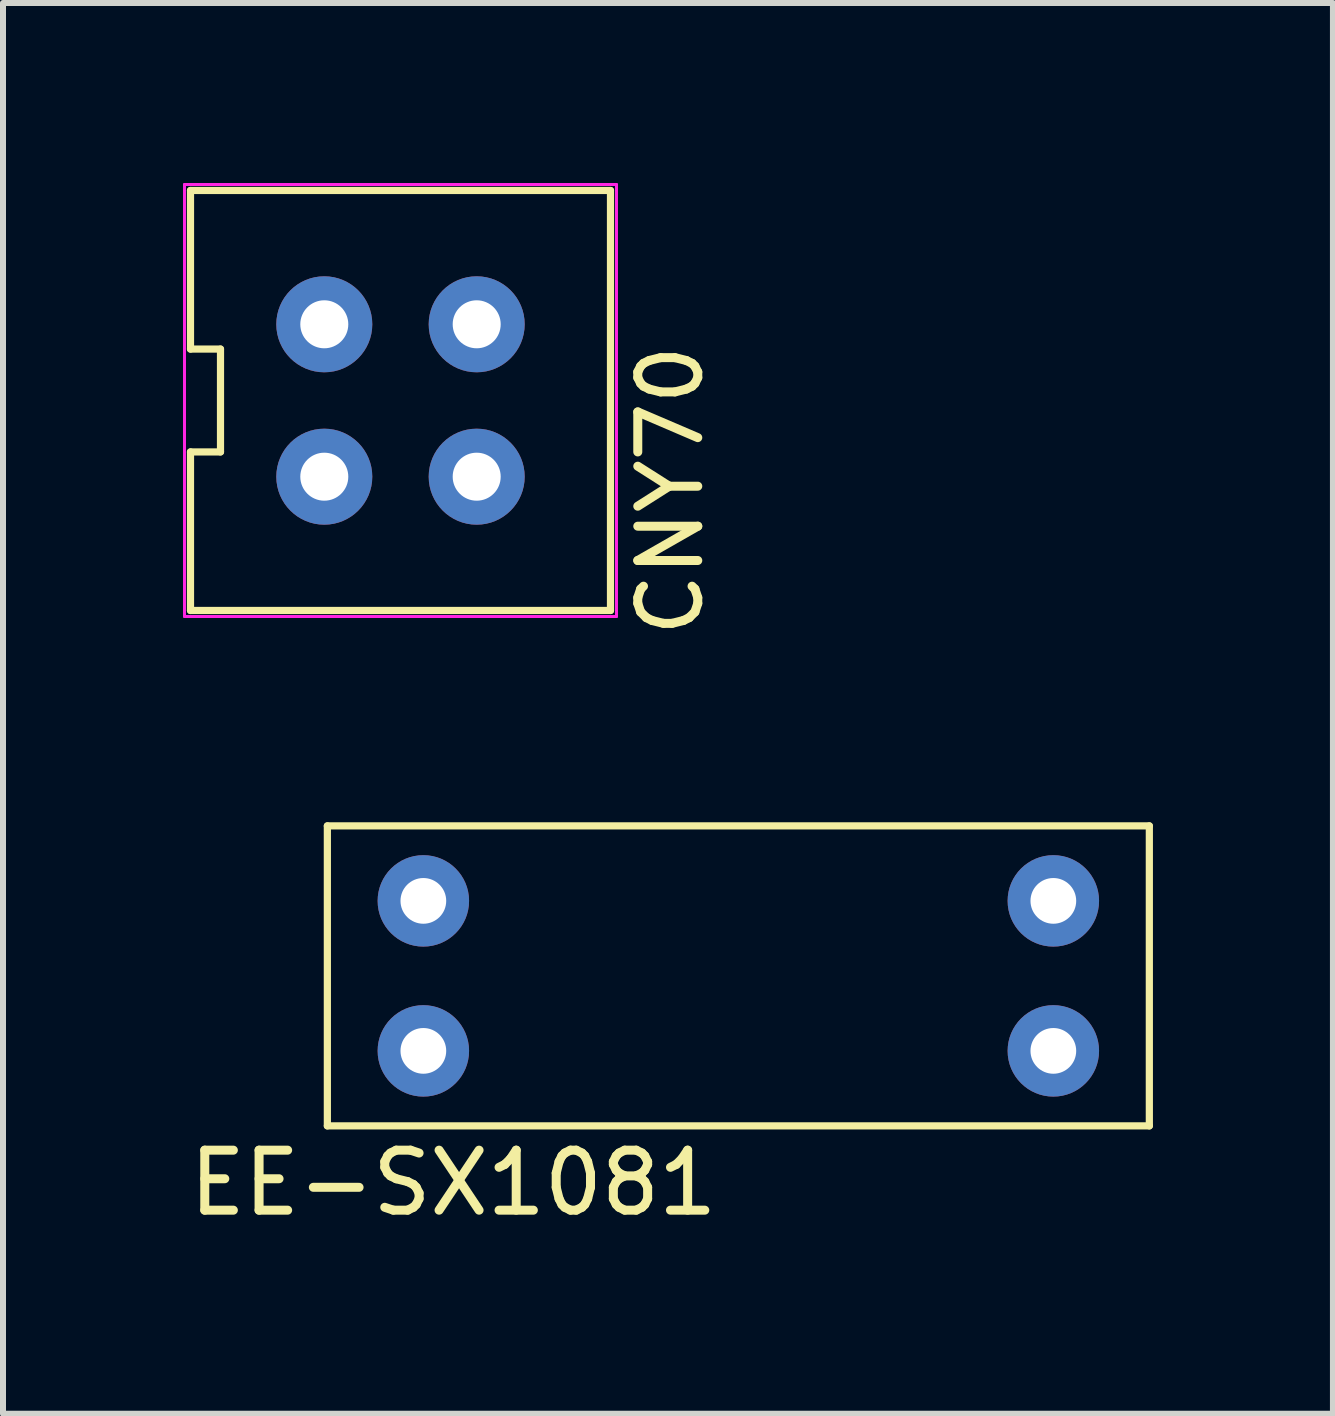
<source format=kicad_pcb>
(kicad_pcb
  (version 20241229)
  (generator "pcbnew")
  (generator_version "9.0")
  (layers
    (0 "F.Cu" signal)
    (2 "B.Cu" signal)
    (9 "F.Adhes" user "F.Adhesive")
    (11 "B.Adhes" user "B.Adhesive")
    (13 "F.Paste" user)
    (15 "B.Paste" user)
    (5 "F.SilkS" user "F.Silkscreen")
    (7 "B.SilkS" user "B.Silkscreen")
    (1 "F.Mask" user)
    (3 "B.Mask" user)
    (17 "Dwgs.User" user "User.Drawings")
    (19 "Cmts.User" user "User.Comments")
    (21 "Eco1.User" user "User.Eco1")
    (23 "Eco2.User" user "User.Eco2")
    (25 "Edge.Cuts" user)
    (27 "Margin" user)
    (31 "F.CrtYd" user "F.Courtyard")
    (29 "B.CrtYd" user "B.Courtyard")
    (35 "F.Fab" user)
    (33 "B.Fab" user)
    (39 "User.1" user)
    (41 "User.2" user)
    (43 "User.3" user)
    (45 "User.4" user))
  (footprint "EE-SX1081"
    (layer "F.Cu")
    (at 4.006 11.965)
    (property "Reference" "EE-SX1081" (at 0.5 4.7 0) (layer "F.SilkS") (effects (font (size 1 1) (thickness 0.15))))
    (attr through_hole)
    (fp_line (start -1.6 -1.25) (end 12.1 -1.25) (stroke (width 0.12) (type solid)) (layer "F.SilkS"))
    (fp_line (start -1.6 3.75) (end -1.6 -1.25) (stroke (width 0.12) (type solid)) (layer "F.SilkS"))
    (fp_line (start 12.1 -1.25) (end 12.1 3.75) (stroke (width 0.12) (type solid)) (layer "F.SilkS"))
    (fp_line (start 12.1 3.75) (end -1.6 3.75) (stroke (width 0.12) (type solid)) (layer "F.SilkS"))
    (pad "1" thru_hole circle (at 0 0) (size 1.524 1.524) (drill 0.762) (layers "*.Cu" "*.Mask"))
    (pad "2" thru_hole circle (at 0 2.5) (size 1.524 1.524) (drill 0.762) (layers "*.Cu" "*.Mask"))
    (pad "3" thru_hole circle (at 10.5 2.5) (size 1.524 1.524) (drill 0.762) (layers "*.Cu" "*.Mask"))
    (pad "4" thru_hole circle (at 10.5 0) (size 1.524 1.524) (drill 0.762) (layers "*.Cu" "*.Mask")))
  (footprint "CNY70"
    (layer "F.Cu")
    (at 3.625 3.625)
    (property "Reference" "CNY70" (at 4.5 1.5 270) (layer "F.SilkS") (effects (font (size 1 1) (thickness 0.15))))
    (attr through_hole)
    (fp_line (start -3.5 -3.5) (end -3.5 -0.857) (stroke (width 0.12) (type solid)) (layer "F.SilkS"))
    (fp_line (start -3.5 -0.857) (end -3 -0.857) (stroke (width 0.12) (type solid)) (layer "F.SilkS"))
    (fp_line (start -3.5 0.857) (end -3.5 3.5) (stroke (width 0.12) (type solid)) (layer "F.SilkS"))
    (fp_line (start -3.5 3.5) (end 3.5 3.5) (stroke (width 0.12) (type solid)) (layer "F.SilkS"))
    (fp_line (start -3 -0.857) (end -3 0.857) (stroke (width 0.12) (type solid)) (layer "F.SilkS"))
    (fp_line (start -3 0.857) (end -3.5 0.857) (stroke (width 0.12) (type solid)) (layer "F.SilkS"))
    (fp_line (start 3.5 -3.5) (end -3.5 -3.5) (stroke (width 0.12) (type solid)) (layer "F.SilkS"))
    (fp_line (start 3.5 3.5) (end 3.5 -3.5) (stroke (width 0.12) (type solid)) (layer "F.SilkS"))
    (fp_line (start -3.6 -3.6) (end 3.6 -3.6) (stroke (width 0.05) (type solid)) (layer "F.CrtYd"))
    (fp_line (start -3.6 3.6) (end -3.6 -3.6) (stroke (width 0.05) (type solid)) (layer "F.CrtYd"))
    (fp_line (start 3.6 -3.6) (end 3.6 3.6) (stroke (width 0.05) (type solid)) (layer "F.CrtYd"))
    (fp_line (start 3.6 3.6) (end -3.6 3.6) (stroke (width 0.05) (type solid)) (layer "F.CrtYd"))
    (pad "1" thru_hole circle (at -1.27 1.27) (size 1.6 1.6) (drill 0.8) (layers "*.Cu" "*.Mask"))
    (pad "2" thru_hole circle (at 1.27 1.27) (size 1.6 1.6) (drill 0.8) (layers "*.Cu" "*.Mask"))
    (pad "3" thru_hole circle (at 1.27 -1.27) (size 1.6 1.6) (drill 0.8) (layers "*.Cu" "*.Mask"))
    (pad "4" thru_hole circle (at -1.27 -1.27) (size 1.6 1.6) (drill 0.8) (layers "*.Cu" "*.Mask")))
  (gr_rect
    (start -3 -3)
    (end 19.166 20.513)
    (stroke (width 0.1) (type default))
    (fill no)
    (layer "Edge.Cuts")))
</source>
